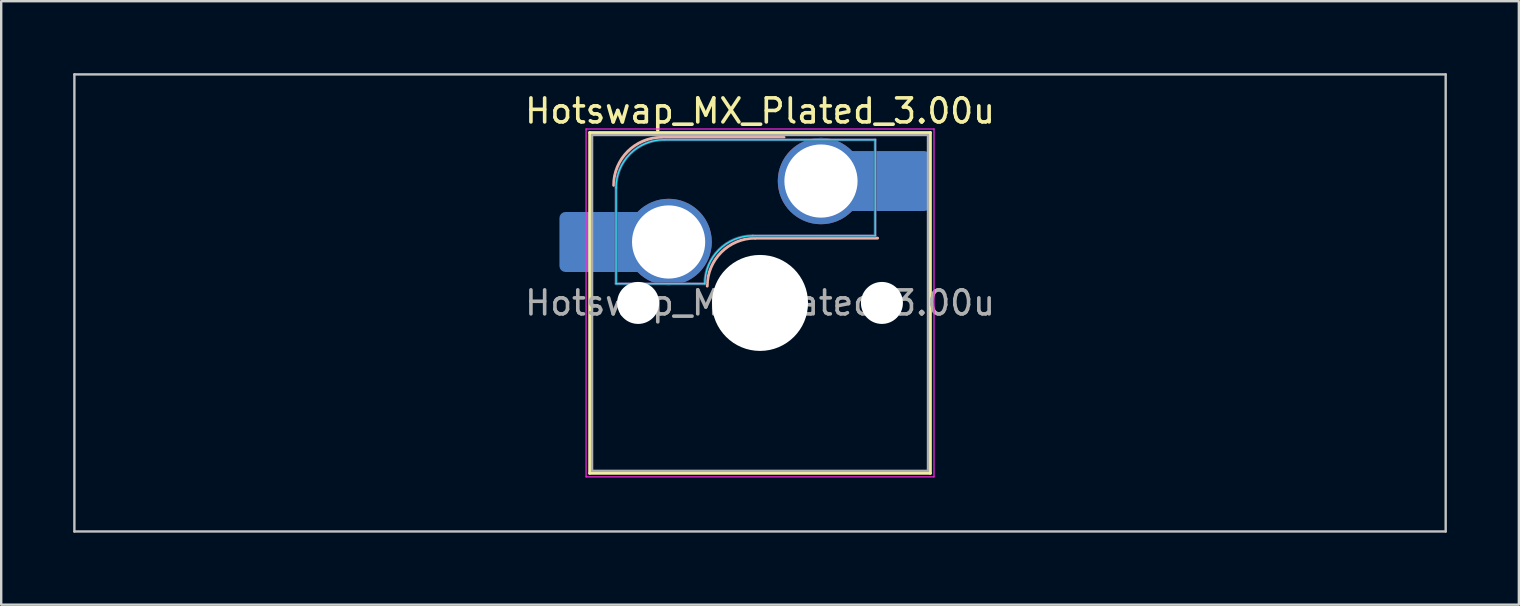
<source format=kicad_pcb>
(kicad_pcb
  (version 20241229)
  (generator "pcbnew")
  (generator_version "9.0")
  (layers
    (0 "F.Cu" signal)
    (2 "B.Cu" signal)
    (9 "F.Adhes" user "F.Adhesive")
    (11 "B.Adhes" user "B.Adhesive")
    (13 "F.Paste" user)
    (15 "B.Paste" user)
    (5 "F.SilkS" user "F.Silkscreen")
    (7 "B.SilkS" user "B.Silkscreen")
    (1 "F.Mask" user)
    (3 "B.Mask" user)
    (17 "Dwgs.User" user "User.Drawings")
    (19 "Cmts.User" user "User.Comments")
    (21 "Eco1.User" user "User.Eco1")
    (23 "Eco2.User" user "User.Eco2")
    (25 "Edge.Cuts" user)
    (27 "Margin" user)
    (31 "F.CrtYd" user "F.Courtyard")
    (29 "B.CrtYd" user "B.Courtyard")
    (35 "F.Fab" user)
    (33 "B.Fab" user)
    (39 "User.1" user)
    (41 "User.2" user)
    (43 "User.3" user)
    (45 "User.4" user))
  (footprint "Hotswap_MX_Plated_3.00u"
    (layer "F.Cu")
    (at 28.625 9.575)
    (property "Reference" "Hotswap_MX_Plated_3.00u" (at 0 -8 0) (layer "F.SilkS") (effects (font (size 1 1) (thickness 0.15))))
    (attr smd allow_soldermask_bridges)
    (fp_line (start -7.1 -7.1) (end -7.1 7.1) (stroke (width 0.12) (type solid)) (layer "F.SilkS"))
    (fp_line (start -7.1 7.1) (end 7.1 7.1) (stroke (width 0.12) (type solid)) (layer "F.SilkS"))
    (fp_line (start 7.1 -7.1) (end -7.1 -7.1) (stroke (width 0.12) (type solid)) (layer "F.SilkS"))
    (fp_line (start 7.1 7.1) (end 7.1 -7.1) (stroke (width 0.12) (type solid)) (layer "F.SilkS"))
    (fp_line (start -4.1 -6.9) (end 1 -6.9) (stroke (width 0.12) (type solid)) (layer "B.SilkS"))
    (fp_line (start -0.2 -2.7) (end 4.9 -2.7) (stroke (width 0.12) (type solid)) (layer "B.SilkS"))
    (fp_arc (start -6.1 -4.9) (mid -5.514214 -6.314214) (end -4.1 -6.9) (stroke (width 0.12) (type solid)) (layer "B.SilkS"))
    (fp_arc (start -2.2 -0.7) (mid -1.614214 -2.114214) (end -0.2 -2.7) (stroke (width 0.12) (type solid)) (layer "B.SilkS"))
    (fp_line (start -28.575 -9.525) (end -28.575 9.525) (stroke (width 0.1) (type solid)) (layer "Dwgs.User"))
    (fp_line (start -28.575 9.525) (end 28.575 9.525) (stroke (width 0.1) (type solid)) (layer "Dwgs.User"))
    (fp_line (start 28.575 -9.525) (end -28.575 -9.525) (stroke (width 0.1) (type solid)) (layer "Dwgs.User"))
    (fp_line (start 28.575 9.525) (end 28.575 -9.525) (stroke (width 0.1) (type solid)) (layer "Dwgs.User"))
    (fp_line (start -7.8 -6) (end -7 -6) (stroke (width 0.1) (type solid)) (layer "Eco1.User"))
    (fp_line (start -7.8 -2.9) (end -7.8 -6) (stroke (width 0.1) (type solid)) (layer "Eco1.User"))
    (fp_line (start -7.8 2.9) (end -7 2.9) (stroke (width 0.1) (type solid)) (layer "Eco1.User"))
    (fp_line (start -7.8 6) (end -7.8 2.9) (stroke (width 0.1) (type solid)) (layer "Eco1.User"))
    (fp_line (start -7 -7) (end 7 -7) (stroke (width 0.1) (type solid)) (layer "Eco1.User"))
    (fp_line (start -7 -6) (end -7 -7) (stroke (width 0.1) (type solid)) (layer "Eco1.User"))
    (fp_line (start -7 -2.9) (end -7.8 -2.9) (stroke (width 0.1) (type solid)) (layer "Eco1.User"))
    (fp_line (start -7 2.9) (end -7 -2.9) (stroke (width 0.1) (type solid)) (layer "Eco1.User"))
    (fp_line (start -7 6) (end -7.8 6) (stroke (width 0.1) (type solid)) (layer "Eco1.User"))
    (fp_line (start -7 7) (end -7 6) (stroke (width 0.1) (type solid)) (layer "Eco1.User"))
    (fp_line (start 7 -7) (end 7 -6) (stroke (width 0.1) (type solid)) (layer "Eco1.User"))
    (fp_line (start 7 -6) (end 7.8 -6) (stroke (width 0.1) (type solid)) (layer "Eco1.User"))
    (fp_line (start 7 -2.9) (end 7 2.9) (stroke (width 0.1) (type solid)) (layer "Eco1.User"))
    (fp_line (start 7 2.9) (end 7.8 2.9) (stroke (width 0.1) (type solid)) (layer "Eco1.User"))
    (fp_line (start 7 6) (end 7 7) (stroke (width 0.1) (type solid)) (layer "Eco1.User"))
    (fp_line (start 7 7) (end -7 7) (stroke (width 0.1) (type solid)) (layer "Eco1.User"))
    (fp_line (start 7.8 -6) (end 7.8 -2.9) (stroke (width 0.1) (type solid)) (layer "Eco1.User"))
    (fp_line (start 7.8 -2.9) (end 7 -2.9) (stroke (width 0.1) (type solid)) (layer "Eco1.User"))
    (fp_line (start 7.8 2.9) (end 7.8 6) (stroke (width 0.1) (type solid)) (layer "Eco1.User"))
    (fp_line (start 7.8 6) (end 7 6) (stroke (width 0.1) (type solid)) (layer "Eco1.User"))
    (fp_line (start -6 -0.8) (end -6 -4.8) (stroke (width 0.05) (type solid)) (layer "B.CrtYd"))
    (fp_line (start -6 -0.8) (end -2.3 -0.8) (stroke (width 0.05) (type solid)) (layer "B.CrtYd"))
    (fp_line (start -4 -6.8) (end 4.8 -6.8) (stroke (width 0.05) (type solid)) (layer "B.CrtYd"))
    (fp_line (start -0.3 -2.8) (end 4.8 -2.8) (stroke (width 0.05) (type solid)) (layer "B.CrtYd"))
    (fp_line (start 4.8 -6.8) (end 4.8 -2.8) (stroke (width 0.05) (type solid)) (layer "B.CrtYd"))
    (fp_arc (start -6 -4.8) (mid -5.414214 -6.214214) (end -4 -6.8) (stroke (width 0.05) (type solid)) (layer "B.CrtYd"))
    (fp_arc (start -2.3 -0.8) (mid -1.714214 -2.214214) (end -0.3 -2.8) (stroke (width 0.05) (type solid)) (layer "B.CrtYd"))
    (fp_line (start -7.25 -7.25) (end -7.25 7.25) (stroke (width 0.05) (type solid)) (layer "F.CrtYd"))
    (fp_line (start -7.25 7.25) (end 7.25 7.25) (stroke (width 0.05) (type solid)) (layer "F.CrtYd"))
    (fp_line (start 7.25 -7.25) (end -7.25 -7.25) (stroke (width 0.05) (type solid)) (layer "F.CrtYd"))
    (fp_line (start 7.25 7.25) (end 7.25 -7.25) (stroke (width 0.05) (type solid)) (layer "F.CrtYd"))
    (fp_line (start -6 -0.8) (end -6 -4.8) (stroke (width 0.12) (type solid)) (layer "B.Fab"))
    (fp_line (start -6 -0.8) (end -2.3 -0.8) (stroke (width 0.12) (type solid)) (layer "B.Fab"))
    (fp_line (start -4 -6.8) (end 4.8 -6.8) (stroke (width 0.12) (type solid)) (layer "B.Fab"))
    (fp_line (start -0.3 -2.8) (end 4.8 -2.8) (stroke (width 0.12) (type solid)) (layer "B.Fab"))
    (fp_line (start 4.8 -6.8) (end 4.8 -2.8) (stroke (width 0.12) (type solid)) (layer "B.Fab"))
    (fp_arc (start -6 -4.8) (mid -5.414214 -6.214214) (end -4 -6.8) (stroke (width 0.12) (type solid)) (layer "B.Fab"))
    (fp_arc (start -2.3 -0.8) (mid -1.714214 -2.214214) (end -0.3 -2.8) (stroke (width 0.12) (type solid)) (layer "B.Fab"))
    (fp_line (start -7 -7) (end -7 7) (stroke (width 0.1) (type solid)) (layer "F.Fab"))
    (fp_line (start -7 7) (end 7 7) (stroke (width 0.1) (type solid)) (layer "F.Fab"))
    (fp_line (start 7 -7) (end -7 -7) (stroke (width 0.1) (type solid)) (layer "F.Fab"))
    (fp_line (start 7 7) (end 7 -7) (stroke (width 0.1) (type solid)) (layer "F.Fab"))
    (fp_text user "${REFERENCE}" (at 0 0 0) (layer "F.Fab") (effects (font (size 1 1) (thickness 0.15))))
    (pad "" smd roundrect (at -7.085 -2.54) (size 2.55 2.5) (layers "B.Mask" "B.Paste") (roundrect_rratio 0.1))
    (pad "" np_thru_hole circle (at -5.08 0) (size 1.75 1.75) (drill 1.75) (layers "*.Cu" "*.Mask"))
    (pad "" np_thru_hole circle (at 0 0) (size 4 4) (drill 4) (layers "*.Cu" "*.Mask"))
    (pad "" np_thru_hole circle (at 5.08 0) (size 1.75 1.75) (drill 1.75) (layers "*.Cu" "*.Mask"))
    (pad "" smd roundrect (at 5.842 -5.08) (size 2.55 2.5) (layers "B.Mask" "B.Paste") (roundrect_rratio 0.1))
    (pad "1" smd roundrect (at -6.585 -2.54) (size 3.55 2.5) (layers "B.Cu") (roundrect_rratio 0.1))
    (pad "1" thru_hole circle (at -3.81 -2.54) (size 3.6 3.6) (drill 3.05) (layers "*.Cu" "*.Mask"))
    (pad "2" thru_hole circle (at 2.54 -5.08) (size 3.6 3.6) (drill 3.05) (layers "*.Cu" "*.Mask"))
    (pad "2" smd roundrect (at 5.32 -5.08) (size 3.55 2.5) (layers "B.Cu") (roundrect_rratio 0.1)))
  (gr_rect
    (start -3 -3)
    (end 60.25 22.15)
    (stroke (width 0.1) (type default))
    (fill no)
    (layer "Edge.Cuts")))
</source>
